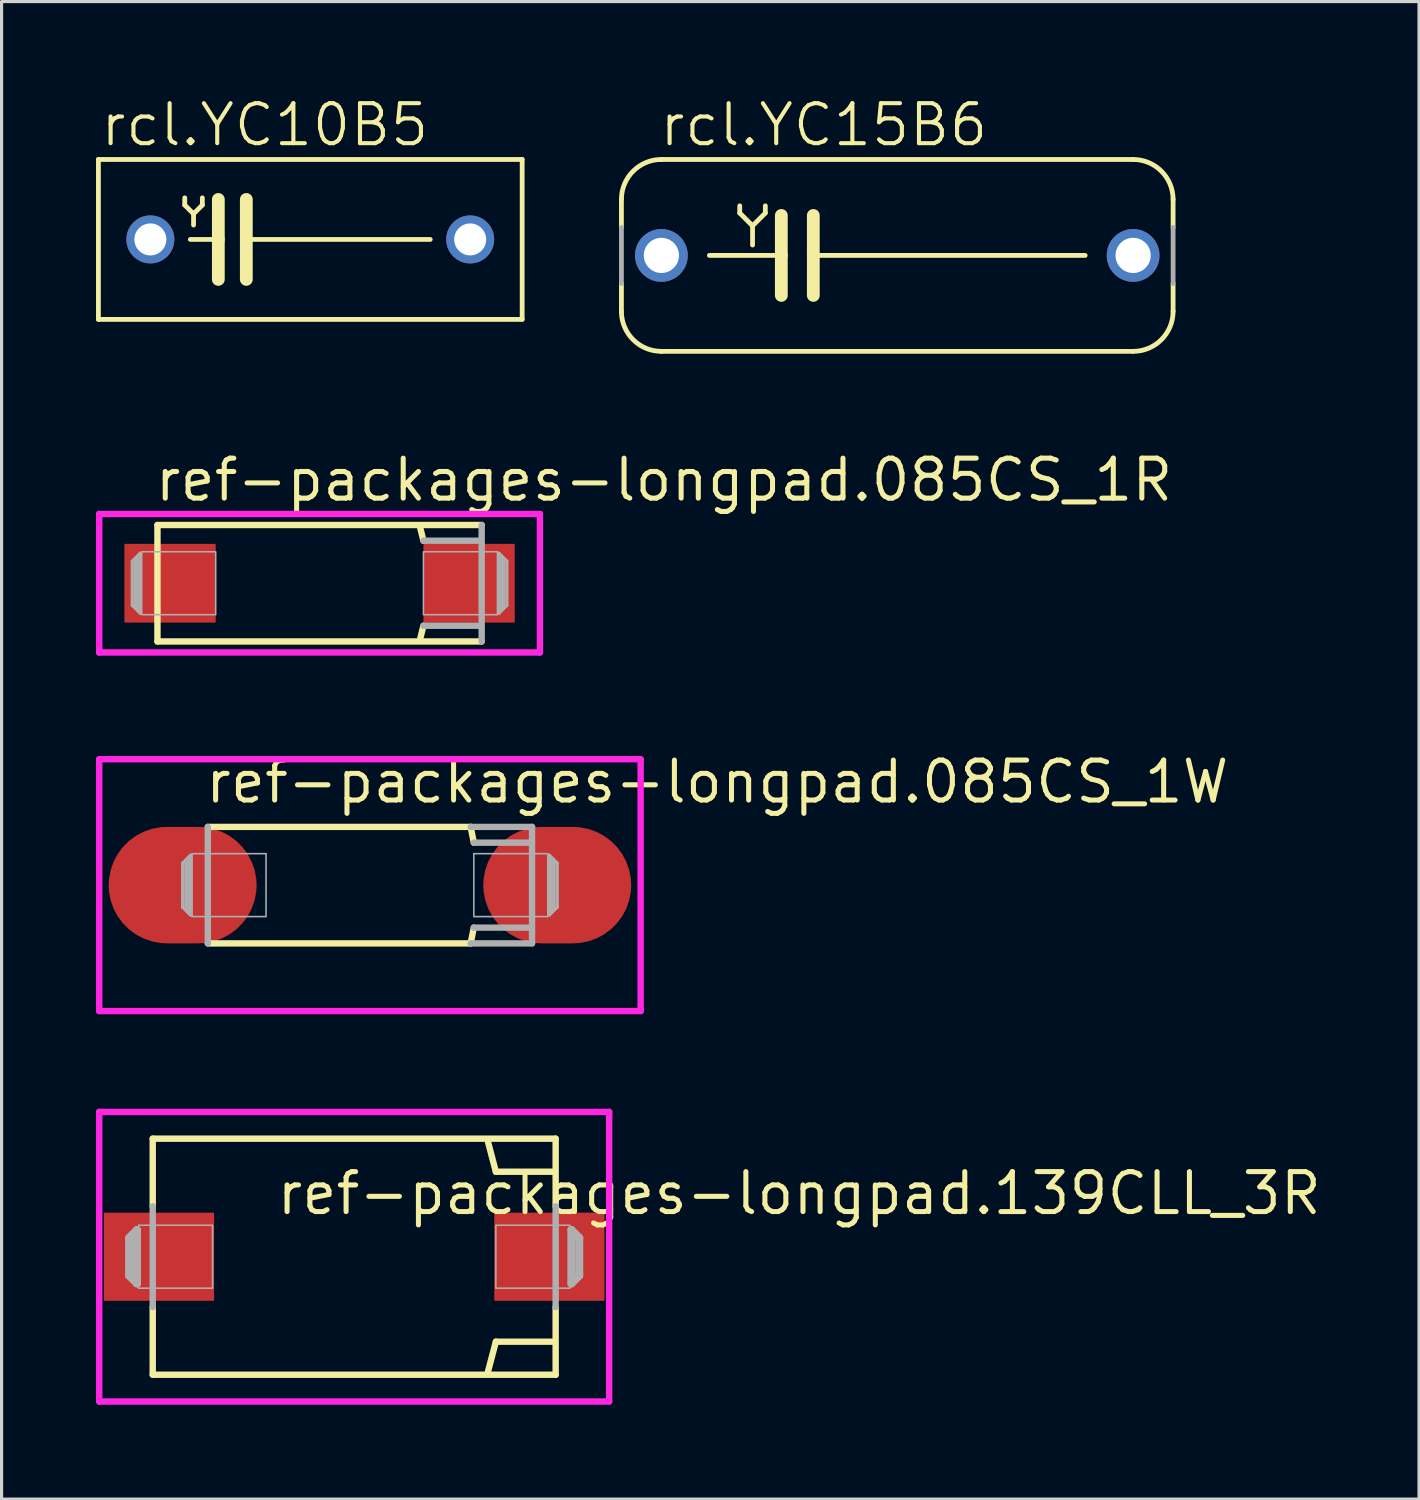
<source format=kicad_pcb>
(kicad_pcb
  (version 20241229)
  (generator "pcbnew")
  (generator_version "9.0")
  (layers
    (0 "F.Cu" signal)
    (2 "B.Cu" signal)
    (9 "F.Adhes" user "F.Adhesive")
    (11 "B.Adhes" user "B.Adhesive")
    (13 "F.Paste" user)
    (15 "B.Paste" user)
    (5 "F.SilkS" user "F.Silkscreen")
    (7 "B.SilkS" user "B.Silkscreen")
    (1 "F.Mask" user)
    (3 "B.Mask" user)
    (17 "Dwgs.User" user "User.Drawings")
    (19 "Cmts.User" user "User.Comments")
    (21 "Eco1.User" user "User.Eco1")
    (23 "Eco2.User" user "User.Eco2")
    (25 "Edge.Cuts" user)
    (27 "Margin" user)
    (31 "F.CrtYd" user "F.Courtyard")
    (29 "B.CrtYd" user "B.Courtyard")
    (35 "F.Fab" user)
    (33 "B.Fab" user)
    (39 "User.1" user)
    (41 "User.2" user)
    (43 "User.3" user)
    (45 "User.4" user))
  (footprint "ref-packages-longpad.139CLL_3R"
    (layer "F.Cu")
    (at 8.202 36.873)
    (property "Reference" "ref-packages-longpad.139CLL_3R" (at -2.54 -1.27 0) (layer "F.SilkS") (effects (font (size 1.27 1.27) (thickness 0.16)) (justify left bottom)))
    (attr smd)
    (fp_line (start -6.4 -3.75) (end 6.4 -3.75) (stroke (width 0.203) (type default)) (layer "F.SilkS"))
    (fp_line (start -6.4 -1.6) (end -6.4 -3.75) (stroke (width 0.203) (type default)) (layer "F.SilkS"))
    (fp_line (start -6.4 3.75) (end -6.4 1.6) (stroke (width 0.203) (type default)) (layer "F.SilkS"))
    (fp_line (start 4.5 -2.7) (end 4.25 -3.65) (stroke (width 0.203) (type default)) (layer "F.SilkS"))
    (fp_line (start 4.5 2.7) (end 4.25 3.65) (stroke (width 0.203) (type default)) (layer "F.SilkS"))
    (fp_line (start 6.35 -2.7) (end 4.5 -2.7) (stroke (width 0.203) (type default)) (layer "F.SilkS"))
    (fp_line (start 6.35 2.7) (end 4.5 2.7) (stroke (width 0.203) (type default)) (layer "F.SilkS"))
    (fp_line (start 6.4 -3.75) (end 6.4 -1.6) (stroke (width 0.203) (type default)) (layer "F.SilkS"))
    (fp_line (start 6.4 1.6) (end 6.4 3.75) (stroke (width 0.203) (type default)) (layer "F.SilkS"))
    (fp_line (start 6.4 3.75) (end -6.4 3.75) (stroke (width 0.203) (type default)) (layer "F.SilkS"))
    (fp_line (start -8.1 -4.6) (end -8.1 4.6) (stroke (width 0.203) (type default)) (layer "F.CrtYd"))
    (fp_line (start -8.1 4.6) (end 8.1 4.6) (stroke (width 0.203) (type default)) (layer "F.CrtYd"))
    (fp_line (start 8.1 -4.6) (end -8.1 -4.6) (stroke (width 0.203) (type default)) (layer "F.CrtYd"))
    (fp_line (start 8.1 4.6) (end 8.1 -4.6) (stroke (width 0.203) (type default)) (layer "F.CrtYd"))
    (fp_line (start -7.15 -0.6) (end -6.9 -0.85) (stroke (width 0.254) (type default)) (layer "F.Fab"))
    (fp_line (start -7.15 0.6) (end -7.15 -0.6) (stroke (width 0.254) (type default)) (layer "F.Fab"))
    (fp_line (start -6.9 -0.85) (end -6.9 0.85) (stroke (width 0.254) (type default)) (layer "F.Fab"))
    (fp_line (start -6.9 0.85) (end -7.15 0.6) (stroke (width 0.254) (type default)) (layer "F.Fab"))
    (fp_line (start -6.4 1.6) (end -6.4 -1.6) (stroke (width 0.203) (type default)) (layer "F.Fab"))
    (fp_line (start 6.4 -1.6) (end 6.4 1.6) (stroke (width 0.203) (type default)) (layer "F.Fab"))
    (fp_line (start 6.9 -0.85) (end 7.15 -0.6) (stroke (width 0.254) (type default)) (layer "F.Fab"))
    (fp_line (start 6.9 0.85) (end 6.9 -0.85) (stroke (width 0.254) (type default)) (layer "F.Fab"))
    (fp_line (start 7.15 -0.6) (end 7.15 0.6) (stroke (width 0.254) (type default)) (layer "F.Fab"))
    (fp_line (start 7.15 0.6) (end 6.9 0.85) (stroke (width 0.254) (type default)) (layer "F.Fab"))
    (fp_rect (start -6.85 1) (end -4.5 -1) (stroke (width 0.05) (type default)) (fill no) (layer "F.Fab"))
    (fp_rect (start 4.5 1) (end 6.85 -1) (stroke (width 0.05) (type default)) (fill no) (layer "F.Fab"))
    (pad "+" smd roundrect (at 6.2 0) (size 3.5 2.8) (layers "F.Cu" "F.Mask" "F.Paste") (roundrect_rratio 0.01))
    (pad "-" smd roundrect (at -6.2 0) (size 3.5 2.8) (layers "F.Cu" "F.Mask" "F.Paste") (roundrect_rratio 0.01)))
  (footprint "rcl.YC15B6"
    (layer "F.Cu")
    (at 25.454 5.064)
    (property "Reference" "rcl.YC15B6" (at -7.62 -3.404 0) (layer "F.SilkS") (effects (font (size 1.27 1.27) (thickness 0.13)) (justify left bottom)))
    (attr through_hole)
    (fp_line (start -8.763 -0.889) (end -8.763 -1.778) (stroke (width 0.152) (type default)) (layer "F.SilkS"))
    (fp_line (start -8.763 1.778) (end -8.763 0.889) (stroke (width 0.152) (type default)) (layer "F.SilkS"))
    (fp_line (start -7.493 -3.048) (end 7.493 -3.048) (stroke (width 0.152) (type default)) (layer "F.SilkS"))
    (fp_line (start -7.493 3.048) (end 7.493 3.048) (stroke (width 0.152) (type default)) (layer "F.SilkS"))
    (fp_line (start -5.969 0) (end -3.683 0) (stroke (width 0.152) (type default)) (layer "F.SilkS"))
    (fp_line (start -5.004 -1.575) (end -5.004 -1.346) (stroke (width 0.152) (type default)) (layer "F.SilkS"))
    (fp_line (start -5.004 -1.346) (end -4.597 -0.94) (stroke (width 0.152) (type default)) (layer "F.SilkS"))
    (fp_line (start -4.597 -0.94) (end -4.597 -0.33) (stroke (width 0.152) (type default)) (layer "F.SilkS"))
    (fp_line (start -4.597 -0.94) (end -4.191 -1.346) (stroke (width 0.152) (type default)) (layer "F.SilkS"))
    (fp_line (start -4.191 -1.346) (end -4.191 -1.575) (stroke (width 0.152) (type default)) (layer "F.SilkS"))
    (fp_line (start -3.683 -1.27) (end -3.683 0) (stroke (width 0.406) (type default)) (layer "F.SilkS"))
    (fp_line (start -3.683 0) (end -3.683 1.27) (stroke (width 0.406) (type default)) (layer "F.SilkS"))
    (fp_line (start -2.667 -1.27) (end -2.667 0) (stroke (width 0.406) (type default)) (layer "F.SilkS"))
    (fp_line (start -2.667 0) (end -2.667 1.27) (stroke (width 0.406) (type default)) (layer "F.SilkS"))
    (fp_line (start 5.969 0) (end -2.667 0) (stroke (width 0.152) (type default)) (layer "F.SilkS"))
    (fp_line (start 8.763 -0.889) (end 8.763 -1.778) (stroke (width 0.152) (type default)) (layer "F.SilkS"))
    (fp_line (start 8.763 1.778) (end 8.763 0.889) (stroke (width 0.152) (type default)) (layer "F.SilkS"))
    (fp_arc (start -8.763 -1.778) (mid -8.391026 -2.676026) (end -7.493 -3.048) (stroke (width 0.1524) (type default)) (layer "F.SilkS"))
    (fp_arc (start -7.493 3.048) (mid -8.391026 2.676026) (end -8.763 1.778) (stroke (width 0.1524) (type default)) (layer "F.SilkS"))
    (fp_arc (start 7.493 -3.048) (mid 8.391026 -2.676026) (end 8.763 -1.778) (stroke (width 0.1524) (type default)) (layer "F.SilkS"))
    (fp_arc (start 8.763 1.778) (mid 8.391026 2.676026) (end 7.493 3.048) (stroke (width 0.1524) (type default)) (layer "F.SilkS"))
    (fp_line (start -8.763 0.889) (end -8.763 -0.889) (stroke (width 0.152) (type default)) (layer "F.Fab"))
    (fp_line (start 8.763 0.889) (end 8.763 -0.889) (stroke (width 0.152) (type default)) (layer "F.Fab"))
    (pad "1" thru_hole circle (at -7.493 0) (size 1.676 1.676) (drill 1.118) (layers "*.Cu" "*.Mask"))
    (pad "2" thru_hole circle (at 7.493 0) (size 1.676 1.676) (drill 1.118) (layers "*.Cu" "*.Mask")))
  (footprint "ref-packages-longpad.085CS_1W"
    (layer "F.Cu")
    (at 8.702 25.069)
    (property "Reference" "ref-packages-longpad.085CS_1W" (at -5.31 -2.54 0) (layer "F.SilkS") (effects (font (size 1.27 1.27) (thickness 0.16)) (justify left bottom)))
    (attr smd)
    (fp_line (start -5.15 1.85) (end 3.2 1.85) (stroke (width 0.203) (type default)) (layer "F.SilkS"))
    (fp_line (start 3.2 -1.85) (end -5.15 -1.85) (stroke (width 0.203) (type default)) (layer "F.SilkS"))
    (fp_line (start 3.3 -1.35) (end 3.2 -1.85) (stroke (width 0.203) (type default)) (layer "F.SilkS"))
    (fp_line (start 3.3 1.35) (end 3.2 1.85) (stroke (width 0.203) (type default)) (layer "F.SilkS"))
    (fp_line (start -8.6 -4) (end -8.6 4) (stroke (width 0.203) (type default)) (layer "F.CrtYd"))
    (fp_line (start -8.6 -4) (end 8.6 -4) (stroke (width 0.203) (type default)) (layer "F.CrtYd"))
    (fp_line (start -8.6 4) (end 8.6 4) (stroke (width 0.203) (type default)) (layer "F.CrtYd"))
    (fp_line (start 8.6 -4) (end 8.6 4) (stroke (width 0.203) (type default)) (layer "F.CrtYd"))
    (fp_line (start -5.95 -0.7) (end -5.95 0.7) (stroke (width 0.102) (type default)) (layer "F.Fab"))
    (fp_line (start -5.95 0.7) (end -5.7 0.95) (stroke (width 0.102) (type default)) (layer "F.Fab"))
    (fp_line (start -5.8 -0.75) (end -5.8 0.75) (stroke (width 0.203) (type default)) (layer "F.Fab"))
    (fp_line (start -5.7 -0.95) (end -5.95 -0.7) (stroke (width 0.102) (type default)) (layer "F.Fab"))
    (fp_line (start -5.7 0.95) (end -5.7 -0.95) (stroke (width 0.102) (type default)) (layer "F.Fab"))
    (fp_line (start -5.15 -1.85) (end -5.15 1.85) (stroke (width 0.203) (type default)) (layer "F.Fab"))
    (fp_line (start 3.2 1.85) (end 5.15 1.85) (stroke (width 0.203) (type default)) (layer "F.Fab"))
    (fp_line (start 5.05 -1.35) (end 3.3 -1.35) (stroke (width 0.203) (type default)) (layer "F.Fab"))
    (fp_line (start 5.1 1.35) (end 3.3 1.35) (stroke (width 0.203) (type default)) (layer "F.Fab"))
    (fp_line (start 5.15 -1.85) (end 3.2 -1.85) (stroke (width 0.203) (type default)) (layer "F.Fab"))
    (fp_line (start 5.15 1.85) (end 5.15 -1.85) (stroke (width 0.203) (type default)) (layer "F.Fab"))
    (fp_line (start 5.7 -0.95) (end 5.7 0.95) (stroke (width 0.102) (type default)) (layer "F.Fab"))
    (fp_line (start 5.7 0.95) (end 5.95 0.7) (stroke (width 0.102) (type default)) (layer "F.Fab"))
    (fp_line (start 5.8 0.75) (end 5.8 -0.75) (stroke (width 0.203) (type default)) (layer "F.Fab"))
    (fp_line (start 5.95 -0.7) (end 5.7 -0.95) (stroke (width 0.102) (type default)) (layer "F.Fab"))
    (fp_line (start 5.95 0.7) (end 5.95 -0.7) (stroke (width 0.102) (type default)) (layer "F.Fab"))
    (fp_rect (start -5.65 1) (end -3.3 -1) (stroke (width 0.05) (type default)) (fill no) (layer "F.Fab"))
    (fp_rect (start 3.3 1) (end 5.65 -1) (stroke (width 0.05) (type default)) (fill no) (layer "F.Fab"))
    (pad "+" smd roundrect (at 5.95 0) (size 4.7 3.7) (layers "F.Cu" "F.Mask" "F.Paste") (roundrect_rratio 0.5))
    (pad "-" smd roundrect (at -5.95 0) (size 4.7 3.7) (layers "F.Cu" "F.Mask" "F.Paste") (roundrect_rratio 0.5)))
  (footprint "ref-packages-longpad.085CS_1R"
    (layer "F.Cu")
    (at 7.102 15.478)
    (property "Reference" "ref-packages-longpad.085CS_1R" (at -5.31 -2.54 0) (layer "F.SilkS") (effects (font (size 1.27 1.27) (thickness 0.16)) (justify left bottom)))
    (attr smd)
    (fp_line (start -5.15 -1.85) (end -5.15 1.85) (stroke (width 0.203) (type default)) (layer "F.SilkS"))
    (fp_line (start -5.15 1.85) (end 5.15 1.85) (stroke (width 0.203) (type default)) (layer "F.SilkS"))
    (fp_line (start 3.3 -1.35) (end 3.2 -1.75) (stroke (width 0.203) (type default)) (layer "F.SilkS"))
    (fp_line (start 3.3 1.35) (end 3.2 1.75) (stroke (width 0.203) (type default)) (layer "F.SilkS"))
    (fp_line (start 5.15 -1.85) (end -5.15 -1.85) (stroke (width 0.203) (type default)) (layer "F.SilkS"))
    (fp_line (start -7 -2.2) (end -7 2.2) (stroke (width 0.203) (type default)) (layer "F.CrtYd"))
    (fp_line (start -7 -2.2) (end 7 -2.2) (stroke (width 0.203) (type default)) (layer "F.CrtYd"))
    (fp_line (start -7 2.2) (end 7 2.2) (stroke (width 0.203) (type default)) (layer "F.CrtYd"))
    (fp_line (start 7 -2.2) (end 7 2.2) (stroke (width 0.203) (type default)) (layer "F.CrtYd"))
    (fp_line (start -5.95 -0.7) (end -5.95 0.7) (stroke (width 0.102) (type default)) (layer "F.Fab"))
    (fp_line (start -5.95 0.7) (end -5.7 0.95) (stroke (width 0.102) (type default)) (layer "F.Fab"))
    (fp_line (start -5.8 -0.75) (end -5.8 0.75) (stroke (width 0.203) (type default)) (layer "F.Fab"))
    (fp_line (start -5.7 -0.95) (end -5.95 -0.7) (stroke (width 0.102) (type default)) (layer "F.Fab"))
    (fp_line (start -5.7 0.95) (end -5.7 -0.95) (stroke (width 0.102) (type default)) (layer "F.Fab"))
    (fp_line (start 5.05 -1.35) (end 3.3 -1.35) (stroke (width 0.203) (type default)) (layer "F.Fab"))
    (fp_line (start 5.1 1.35) (end 3.3 1.35) (stroke (width 0.203) (type default)) (layer "F.Fab"))
    (fp_line (start 5.15 1.85) (end 5.15 -1.85) (stroke (width 0.203) (type default)) (layer "F.Fab"))
    (fp_line (start 5.7 -0.95) (end 5.7 0.95) (stroke (width 0.102) (type default)) (layer "F.Fab"))
    (fp_line (start 5.7 0.95) (end 5.95 0.7) (stroke (width 0.102) (type default)) (layer "F.Fab"))
    (fp_line (start 5.8 0.75) (end 5.8 -0.75) (stroke (width 0.203) (type default)) (layer "F.Fab"))
    (fp_line (start 5.95 -0.7) (end 5.7 -0.95) (stroke (width 0.102) (type default)) (layer "F.Fab"))
    (fp_line (start 5.95 0.7) (end 5.95 -0.7) (stroke (width 0.102) (type default)) (layer "F.Fab"))
    (fp_rect (start -5.65 1) (end -3.3 -1) (stroke (width 0.05) (type default)) (fill no) (layer "F.Fab"))
    (fp_rect (start 3.3 1) (end 5.65 -1) (stroke (width 0.05) (type default)) (fill no) (layer "F.Fab"))
    (pad "+" smd roundrect (at 4.75 0) (size 2.9 2.5) (layers "F.Cu" "F.Mask" "F.Paste") (roundrect_rratio 0.01))
    (pad "-" smd roundrect (at -4.75 0) (size 2.9 2.5) (layers "F.Cu" "F.Mask" "F.Paste") (roundrect_rratio 0.01)))
  (footprint "rcl.YC10B5"
    (layer "F.Cu")
    (at 6.807 4.556)
    (property "Reference" "rcl.YC10B5" (at -6.731 -2.896 0) (layer "F.SilkS") (effects (font (size 1.27 1.27) (thickness 0.13)) (justify left bottom)))
    (attr through_hole)
    (fp_line (start -6.731 -2.54) (end 6.731 -2.54) (stroke (width 0.152) (type default)) (layer "F.SilkS"))
    (fp_line (start -6.731 2.54) (end -6.731 -2.54) (stroke (width 0.152) (type default)) (layer "F.SilkS"))
    (fp_line (start -3.988 -1.321) (end -3.988 -1.092) (stroke (width 0.152) (type default)) (layer "F.SilkS"))
    (fp_line (start -3.988 -1.092) (end -3.708 -0.813) (stroke (width 0.152) (type default)) (layer "F.SilkS"))
    (fp_line (start -3.81 0) (end -2.921 0) (stroke (width 0.152) (type default)) (layer "F.SilkS"))
    (fp_line (start -3.708 -0.813) (end -3.708 -0.457) (stroke (width 0.152) (type default)) (layer "F.SilkS"))
    (fp_line (start -3.708 -0.813) (end -3.429 -1.092) (stroke (width 0.152) (type default)) (layer "F.SilkS"))
    (fp_line (start -3.429 -1.092) (end -3.429 -1.321) (stroke (width 0.152) (type default)) (layer "F.SilkS"))
    (fp_line (start -2.921 -1.27) (end -2.921 0) (stroke (width 0.406) (type default)) (layer "F.SilkS"))
    (fp_line (start -2.921 0) (end -2.921 1.27) (stroke (width 0.406) (type default)) (layer "F.SilkS"))
    (fp_line (start -2.032 -1.27) (end -2.032 0) (stroke (width 0.406) (type default)) (layer "F.SilkS"))
    (fp_line (start -2.032 0) (end -2.032 1.27) (stroke (width 0.406) (type default)) (layer "F.SilkS"))
    (fp_line (start 3.81 0) (end -2.032 0) (stroke (width 0.152) (type default)) (layer "F.SilkS"))
    (fp_line (start 6.731 -2.54) (end 6.731 2.54) (stroke (width 0.152) (type default)) (layer "F.SilkS"))
    (fp_line (start 6.731 2.54) (end -6.731 2.54) (stroke (width 0.152) (type default)) (layer "F.SilkS"))
    (pad "1" thru_hole circle (at -5.08 0) (size 1.524 1.524) (drill 1.016) (layers "*.Cu" "*.Mask"))
    (pad "2" thru_hole circle (at 5.08 0) (size 1.524 1.524) (drill 1.016) (layers "*.Cu" "*.Mask")))
  (gr_rect
    (start -3 -3)
    (end 42.029 44.574)
    (stroke (width 0.1) (type default))
    (fill no)
    (layer "Edge.Cuts")))
</source>
